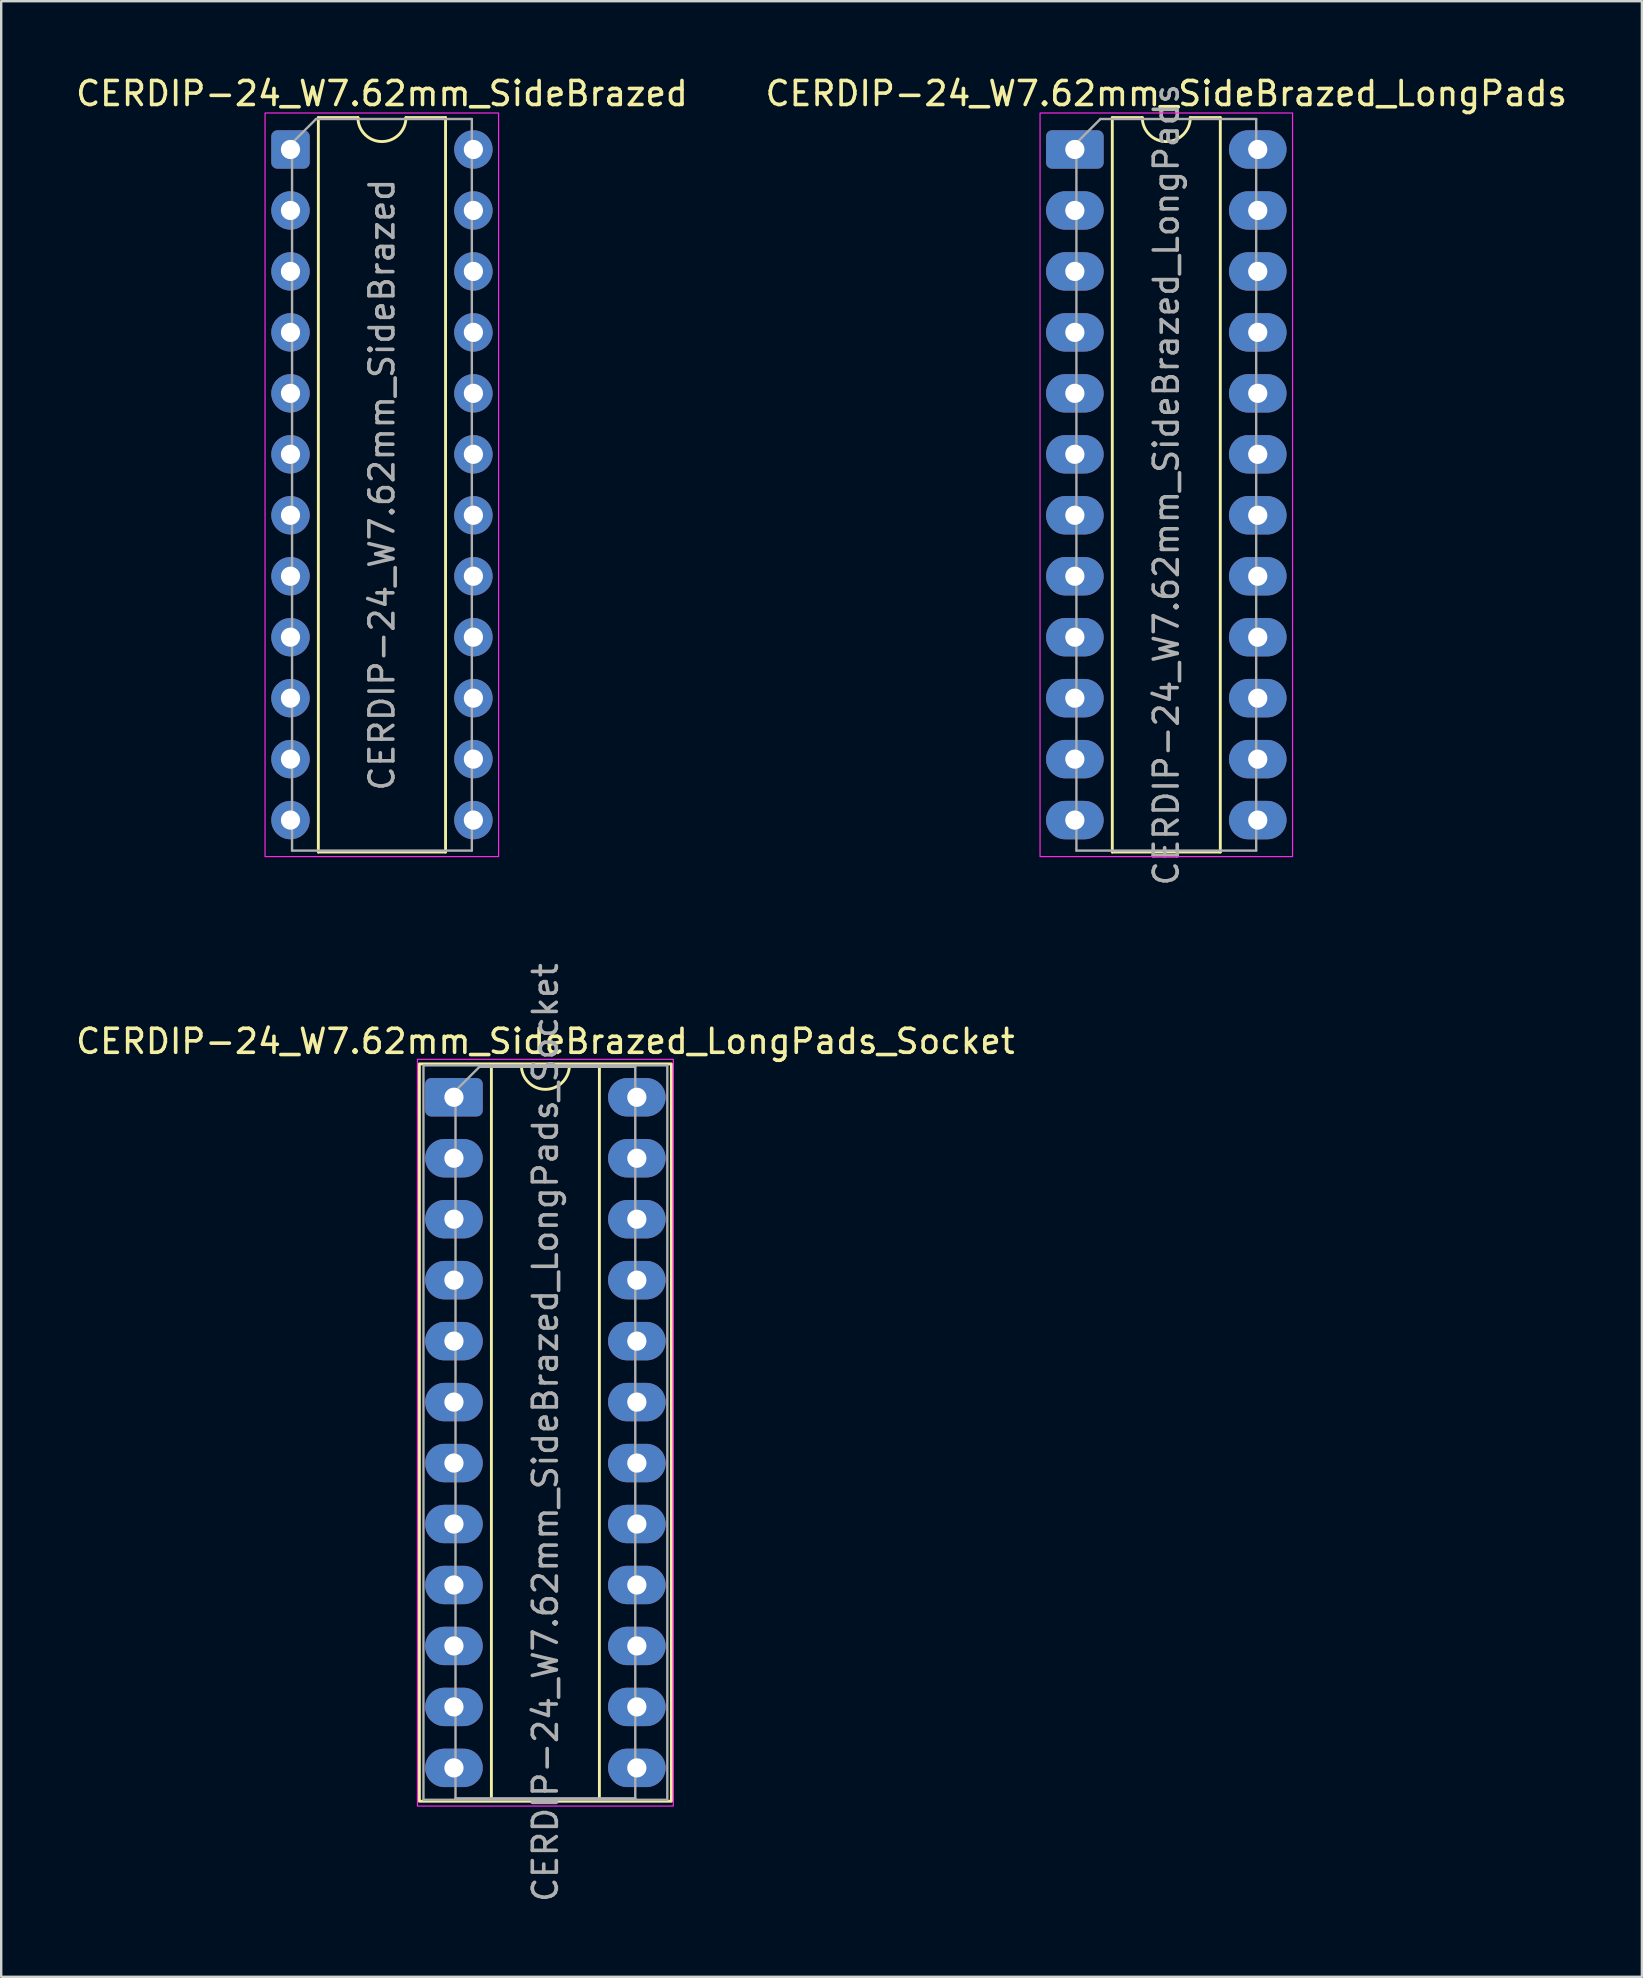
<source format=kicad_pcb>
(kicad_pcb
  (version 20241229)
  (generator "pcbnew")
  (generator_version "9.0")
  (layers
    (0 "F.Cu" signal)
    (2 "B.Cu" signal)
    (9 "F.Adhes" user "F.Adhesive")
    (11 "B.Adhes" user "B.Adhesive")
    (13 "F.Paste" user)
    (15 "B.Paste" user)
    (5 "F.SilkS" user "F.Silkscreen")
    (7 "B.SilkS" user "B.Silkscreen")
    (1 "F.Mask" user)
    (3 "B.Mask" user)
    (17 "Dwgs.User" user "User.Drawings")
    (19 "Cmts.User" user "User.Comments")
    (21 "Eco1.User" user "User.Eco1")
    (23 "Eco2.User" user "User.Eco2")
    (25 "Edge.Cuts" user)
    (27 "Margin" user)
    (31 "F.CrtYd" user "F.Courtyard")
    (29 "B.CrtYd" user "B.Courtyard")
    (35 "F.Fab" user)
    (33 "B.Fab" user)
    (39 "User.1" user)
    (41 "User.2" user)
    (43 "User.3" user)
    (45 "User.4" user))
  (footprint "CERDIP-24_W7.62mm_SideBrazed_LongPads"
    (layer "F.Cu")
    (at 41.732 3.178)
    (property "Reference" "CERDIP-24_W7.62mm_SideBrazed_LongPads" (at 3.81 -2.33 0) (layer "F.SilkS") (effects (font (size 1 1) (thickness 0.15))))
    (attr through_hole)
    (fp_line (start 1.56 -1.33) (end 1.56 29.27) (stroke (width 0.12) (type solid)) (layer "F.SilkS"))
    (fp_line (start 1.56 29.27) (end 6.06 29.27) (stroke (width 0.12) (type solid)) (layer "F.SilkS"))
    (fp_line (start 2.81 -1.33) (end 1.56 -1.33) (stroke (width 0.12) (type solid)) (layer "F.SilkS"))
    (fp_line (start 6.06 -1.33) (end 4.81 -1.33) (stroke (width 0.12) (type solid)) (layer "F.SilkS"))
    (fp_line (start 6.06 29.27) (end 6.06 -1.33) (stroke (width 0.12) (type solid)) (layer "F.SilkS"))
    (fp_arc (start 4.81 -1.33) (mid 3.81 -0.33) (end 2.81 -1.33) (stroke (width 0.12) (type solid)) (layer "F.SilkS"))
    (fp_rect (start -1.45 -1.52) (end 9.07 29.46) (stroke (width 0.05) (type solid)) (fill no) (layer "F.CrtYd"))
    (fp_line (start 0.065 -0.27) (end 1.065 -1.27) (stroke (width 0.1) (type solid)) (layer "F.Fab"))
    (fp_line (start 0.065 29.21) (end 0.065 -0.27) (stroke (width 0.1) (type solid)) (layer "F.Fab"))
    (fp_line (start 1.065 -1.27) (end 7.555 -1.27) (stroke (width 0.1) (type solid)) (layer "F.Fab"))
    (fp_line (start 7.555 -1.27) (end 7.555 29.21) (stroke (width 0.1) (type solid)) (layer "F.Fab"))
    (fp_line (start 7.555 29.21) (end 0.065 29.21) (stroke (width 0.1) (type solid)) (layer "F.Fab"))
    (fp_text user "${REFERENCE}" (at 3.81 13.97 90) (layer "F.Fab") (effects (font (size 1 1) (thickness 0.15))))
    (pad "1" thru_hole roundrect (at 0 0) (size 2.4 1.6) (drill 0.8) (layers "*.Cu" "*.Mask") (roundrect_rratio 0.156))
    (pad "2" thru_hole oval (at 0 2.54) (size 2.4 1.6) (drill 0.8) (layers "*.Cu" "*.Mask"))
    (pad "3" thru_hole oval (at 0 5.08) (size 2.4 1.6) (drill 0.8) (layers "*.Cu" "*.Mask"))
    (pad "4" thru_hole oval (at 0 7.62) (size 2.4 1.6) (drill 0.8) (layers "*.Cu" "*.Mask"))
    (pad "5" thru_hole oval (at 0 10.16) (size 2.4 1.6) (drill 0.8) (layers "*.Cu" "*.Mask"))
    (pad "6" thru_hole oval (at 0 12.7) (size 2.4 1.6) (drill 0.8) (layers "*.Cu" "*.Mask"))
    (pad "7" thru_hole oval (at 0 15.24) (size 2.4 1.6) (drill 0.8) (layers "*.Cu" "*.Mask"))
    (pad "8" thru_hole oval (at 0 17.78) (size 2.4 1.6) (drill 0.8) (layers "*.Cu" "*.Mask"))
    (pad "9" thru_hole oval (at 0 20.32) (size 2.4 1.6) (drill 0.8) (layers "*.Cu" "*.Mask"))
    (pad "10" thru_hole oval (at 0 22.86) (size 2.4 1.6) (drill 0.8) (layers "*.Cu" "*.Mask"))
    (pad "11" thru_hole oval (at 0 25.4) (size 2.4 1.6) (drill 0.8) (layers "*.Cu" "*.Mask"))
    (pad "12" thru_hole oval (at 0 27.94) (size 2.4 1.6) (drill 0.8) (layers "*.Cu" "*.Mask"))
    (pad "13" thru_hole oval (at 7.62 27.94) (size 2.4 1.6) (drill 0.8) (layers "*.Cu" "*.Mask"))
    (pad "14" thru_hole oval (at 7.62 25.4) (size 2.4 1.6) (drill 0.8) (layers "*.Cu" "*.Mask"))
    (pad "15" thru_hole oval (at 7.62 22.86) (size 2.4 1.6) (drill 0.8) (layers "*.Cu" "*.Mask"))
    (pad "16" thru_hole oval (at 7.62 20.32) (size 2.4 1.6) (drill 0.8) (layers "*.Cu" "*.Mask"))
    (pad "17" thru_hole oval (at 7.62 17.78) (size 2.4 1.6) (drill 0.8) (layers "*.Cu" "*.Mask"))
    (pad "18" thru_hole oval (at 7.62 15.24) (size 2.4 1.6) (drill 0.8) (layers "*.Cu" "*.Mask"))
    (pad "19" thru_hole oval (at 7.62 12.7) (size 2.4 1.6) (drill 0.8) (layers "*.Cu" "*.Mask"))
    (pad "20" thru_hole oval (at 7.62 10.16) (size 2.4 1.6) (drill 0.8) (layers "*.Cu" "*.Mask"))
    (pad "21" thru_hole oval (at 7.62 7.62) (size 2.4 1.6) (drill 0.8) (layers "*.Cu" "*.Mask"))
    (pad "22" thru_hole oval (at 7.62 5.08) (size 2.4 1.6) (drill 0.8) (layers "*.Cu" "*.Mask"))
    (pad "23" thru_hole oval (at 7.62 2.54) (size 2.4 1.6) (drill 0.8) (layers "*.Cu" "*.Mask"))
    (pad "24" thru_hole oval (at 7.62 0) (size 2.4 1.6) (drill 0.8) (layers "*.Cu" "*.Mask")))
  (footprint "CERDIP-24_W7.62mm_SideBrazed"
    (layer "F.Cu")
    (at 9.053 3.178)
    (property "Reference" "CERDIP-24_W7.62mm_SideBrazed" (at 3.81 -2.33 0) (layer "F.SilkS") (effects (font (size 1 1) (thickness 0.15))))
    (attr through_hole)
    (fp_line (start 1.16 -1.33) (end 1.16 29.27) (stroke (width 0.12) (type solid)) (layer "F.SilkS"))
    (fp_line (start 1.16 29.27) (end 6.46 29.27) (stroke (width 0.12) (type solid)) (layer "F.SilkS"))
    (fp_line (start 2.81 -1.33) (end 1.16 -1.33) (stroke (width 0.12) (type solid)) (layer "F.SilkS"))
    (fp_line (start 6.46 -1.33) (end 4.81 -1.33) (stroke (width 0.12) (type solid)) (layer "F.SilkS"))
    (fp_line (start 6.46 29.27) (end 6.46 -1.33) (stroke (width 0.12) (type solid)) (layer "F.SilkS"))
    (fp_arc (start 4.81 -1.33) (mid 3.81 -0.33) (end 2.81 -1.33) (stroke (width 0.12) (type solid)) (layer "F.SilkS"))
    (fp_rect (start -1.06 -1.52) (end 8.67 29.46) (stroke (width 0.05) (type solid)) (fill no) (layer "F.CrtYd"))
    (fp_line (start 0.065 -0.27) (end 1.065 -1.27) (stroke (width 0.1) (type solid)) (layer "F.Fab"))
    (fp_line (start 0.065 29.21) (end 0.065 -0.27) (stroke (width 0.1) (type solid)) (layer "F.Fab"))
    (fp_line (start 1.065 -1.27) (end 7.555 -1.27) (stroke (width 0.1) (type solid)) (layer "F.Fab"))
    (fp_line (start 7.555 -1.27) (end 7.555 29.21) (stroke (width 0.1) (type solid)) (layer "F.Fab"))
    (fp_line (start 7.555 29.21) (end 0.065 29.21) (stroke (width 0.1) (type solid)) (layer "F.Fab"))
    (fp_text user "${REFERENCE}" (at 3.81 13.97 90) (layer "F.Fab") (effects (font (size 1 1) (thickness 0.15))))
    (pad "1" thru_hole roundrect (at 0 0) (size 1.6 1.6) (drill 0.8) (layers "*.Cu" "*.Mask") (roundrect_rratio 0.156))
    (pad "2" thru_hole circle (at 0 2.54) (size 1.6 1.6) (drill 0.8) (layers "*.Cu" "*.Mask"))
    (pad "3" thru_hole circle (at 0 5.08) (size 1.6 1.6) (drill 0.8) (layers "*.Cu" "*.Mask"))
    (pad "4" thru_hole circle (at 0 7.62) (size 1.6 1.6) (drill 0.8) (layers "*.Cu" "*.Mask"))
    (pad "5" thru_hole circle (at 0 10.16) (size 1.6 1.6) (drill 0.8) (layers "*.Cu" "*.Mask"))
    (pad "6" thru_hole circle (at 0 12.7) (size 1.6 1.6) (drill 0.8) (layers "*.Cu" "*.Mask"))
    (pad "7" thru_hole circle (at 0 15.24) (size 1.6 1.6) (drill 0.8) (layers "*.Cu" "*.Mask"))
    (pad "8" thru_hole circle (at 0 17.78) (size 1.6 1.6) (drill 0.8) (layers "*.Cu" "*.Mask"))
    (pad "9" thru_hole circle (at 0 20.32) (size 1.6 1.6) (drill 0.8) (layers "*.Cu" "*.Mask"))
    (pad "10" thru_hole circle (at 0 22.86) (size 1.6 1.6) (drill 0.8) (layers "*.Cu" "*.Mask"))
    (pad "11" thru_hole circle (at 0 25.4) (size 1.6 1.6) (drill 0.8) (layers "*.Cu" "*.Mask"))
    (pad "12" thru_hole circle (at 0 27.94) (size 1.6 1.6) (drill 0.8) (layers "*.Cu" "*.Mask"))
    (pad "13" thru_hole circle (at 7.62 27.94) (size 1.6 1.6) (drill 0.8) (layers "*.Cu" "*.Mask"))
    (pad "14" thru_hole circle (at 7.62 25.4) (size 1.6 1.6) (drill 0.8) (layers "*.Cu" "*.Mask"))
    (pad "15" thru_hole circle (at 7.62 22.86) (size 1.6 1.6) (drill 0.8) (layers "*.Cu" "*.Mask"))
    (pad "16" thru_hole circle (at 7.62 20.32) (size 1.6 1.6) (drill 0.8) (layers "*.Cu" "*.Mask"))
    (pad "17" thru_hole circle (at 7.62 17.78) (size 1.6 1.6) (drill 0.8) (layers "*.Cu" "*.Mask"))
    (pad "18" thru_hole circle (at 7.62 15.24) (size 1.6 1.6) (drill 0.8) (layers "*.Cu" "*.Mask"))
    (pad "19" thru_hole circle (at 7.62 12.7) (size 1.6 1.6) (drill 0.8) (layers "*.Cu" "*.Mask"))
    (pad "20" thru_hole circle (at 7.62 10.16) (size 1.6 1.6) (drill 0.8) (layers "*.Cu" "*.Mask"))
    (pad "21" thru_hole circle (at 7.62 7.62) (size 1.6 1.6) (drill 0.8) (layers "*.Cu" "*.Mask"))
    (pad "22" thru_hole circle (at 7.62 5.08) (size 1.6 1.6) (drill 0.8) (layers "*.Cu" "*.Mask"))
    (pad "23" thru_hole circle (at 7.62 2.54) (size 1.6 1.6) (drill 0.8) (layers "*.Cu" "*.Mask"))
    (pad "24" thru_hole circle (at 7.62 0) (size 1.6 1.6) (drill 0.8) (layers "*.Cu" "*.Mask")))
  (footprint "CERDIP-24_W7.62mm_SideBrazed_LongPads_Socket"
    (layer "F.Cu")
    (at 15.863 42.666)
    (property "Reference" "CERDIP-24_W7.62mm_SideBrazed_LongPads_Socket" (at 3.81 -2.33 0) (layer "F.SilkS") (effects (font (size 1 1) (thickness 0.15))))
    (attr through_hole)
    (fp_line (start 1.56 -1.33) (end 1.56 29.27) (stroke (width 0.12) (type solid)) (layer "F.SilkS"))
    (fp_line (start 1.56 29.27) (end 6.06 29.27) (stroke (width 0.12) (type solid)) (layer "F.SilkS"))
    (fp_line (start 2.81 -1.33) (end 1.56 -1.33) (stroke (width 0.12) (type solid)) (layer "F.SilkS"))
    (fp_line (start 6.06 -1.33) (end 4.81 -1.33) (stroke (width 0.12) (type solid)) (layer "F.SilkS"))
    (fp_line (start 6.06 29.27) (end 6.06 -1.33) (stroke (width 0.12) (type solid)) (layer "F.SilkS"))
    (fp_rect (start -1.44 -1.39) (end 9.06 29.33) (stroke (width 0.12) (type solid)) (fill no) (layer "F.SilkS"))
    (fp_arc (start 4.81 -1.33) (mid 3.81 -0.33) (end 2.81 -1.33) (stroke (width 0.12) (type solid)) (layer "F.SilkS"))
    (fp_rect (start -1.52 -1.58) (end 9.14 29.53) (stroke (width 0.05) (type solid)) (fill no) (layer "F.CrtYd"))
    (fp_line (start 0.065 -0.27) (end 1.065 -1.27) (stroke (width 0.1) (type solid)) (layer "F.Fab"))
    (fp_line (start 0.065 29.21) (end 0.065 -0.27) (stroke (width 0.1) (type solid)) (layer "F.Fab"))
    (fp_line (start 1.065 -1.27) (end 7.555 -1.27) (stroke (width 0.1) (type solid)) (layer "F.Fab"))
    (fp_line (start 7.555 -1.27) (end 7.555 29.21) (stroke (width 0.1) (type solid)) (layer "F.Fab"))
    (fp_line (start 7.555 29.21) (end 0.065 29.21) (stroke (width 0.1) (type solid)) (layer "F.Fab"))
    (fp_rect (start -1.27 -1.33) (end 8.89 29.27) (stroke (width 0.1) (type solid)) (fill no) (layer "F.Fab"))
    (fp_text user "${REFERENCE}" (at 3.81 13.97 90) (layer "F.Fab") (effects (font (size 1 1) (thickness 0.15))))
    (pad "1" thru_hole roundrect (at 0 0) (size 2.4 1.6) (drill 0.8) (layers "*.Cu" "*.Mask") (roundrect_rratio 0.156))
    (pad "2" thru_hole oval (at 0 2.54) (size 2.4 1.6) (drill 0.8) (layers "*.Cu" "*.Mask"))
    (pad "3" thru_hole oval (at 0 5.08) (size 2.4 1.6) (drill 0.8) (layers "*.Cu" "*.Mask"))
    (pad "4" thru_hole oval (at 0 7.62) (size 2.4 1.6) (drill 0.8) (layers "*.Cu" "*.Mask"))
    (pad "5" thru_hole oval (at 0 10.16) (size 2.4 1.6) (drill 0.8) (layers "*.Cu" "*.Mask"))
    (pad "6" thru_hole oval (at 0 12.7) (size 2.4 1.6) (drill 0.8) (layers "*.Cu" "*.Mask"))
    (pad "7" thru_hole oval (at 0 15.24) (size 2.4 1.6) (drill 0.8) (layers "*.Cu" "*.Mask"))
    (pad "8" thru_hole oval (at 0 17.78) (size 2.4 1.6) (drill 0.8) (layers "*.Cu" "*.Mask"))
    (pad "9" thru_hole oval (at 0 20.32) (size 2.4 1.6) (drill 0.8) (layers "*.Cu" "*.Mask"))
    (pad "10" thru_hole oval (at 0 22.86) (size 2.4 1.6) (drill 0.8) (layers "*.Cu" "*.Mask"))
    (pad "11" thru_hole oval (at 0 25.4) (size 2.4 1.6) (drill 0.8) (layers "*.Cu" "*.Mask"))
    (pad "12" thru_hole oval (at 0 27.94) (size 2.4 1.6) (drill 0.8) (layers "*.Cu" "*.Mask"))
    (pad "13" thru_hole oval (at 7.62 27.94) (size 2.4 1.6) (drill 0.8) (layers "*.Cu" "*.Mask"))
    (pad "14" thru_hole oval (at 7.62 25.4) (size 2.4 1.6) (drill 0.8) (layers "*.Cu" "*.Mask"))
    (pad "15" thru_hole oval (at 7.62 22.86) (size 2.4 1.6) (drill 0.8) (layers "*.Cu" "*.Mask"))
    (pad "16" thru_hole oval (at 7.62 20.32) (size 2.4 1.6) (drill 0.8) (layers "*.Cu" "*.Mask"))
    (pad "17" thru_hole oval (at 7.62 17.78) (size 2.4 1.6) (drill 0.8) (layers "*.Cu" "*.Mask"))
    (pad "18" thru_hole oval (at 7.62 15.24) (size 2.4 1.6) (drill 0.8) (layers "*.Cu" "*.Mask"))
    (pad "19" thru_hole oval (at 7.62 12.7) (size 2.4 1.6) (drill 0.8) (layers "*.Cu" "*.Mask"))
    (pad "20" thru_hole oval (at 7.62 10.16) (size 2.4 1.6) (drill 0.8) (layers "*.Cu" "*.Mask"))
    (pad "21" thru_hole oval (at 7.62 7.62) (size 2.4 1.6) (drill 0.8) (layers "*.Cu" "*.Mask"))
    (pad "22" thru_hole oval (at 7.62 5.08) (size 2.4 1.6) (drill 0.8) (layers "*.Cu" "*.Mask"))
    (pad "23" thru_hole oval (at 7.62 2.54) (size 2.4 1.6) (drill 0.8) (layers "*.Cu" "*.Mask"))
    (pad "24" thru_hole oval (at 7.62 0) (size 2.4 1.6) (drill 0.8) (layers "*.Cu" "*.Mask")))
  (gr_rect
    (start -3 -3)
    (end 65.357 79.309)
    (stroke (width 0.1) (type default))
    (fill no)
    (layer "Edge.Cuts")))
</source>
